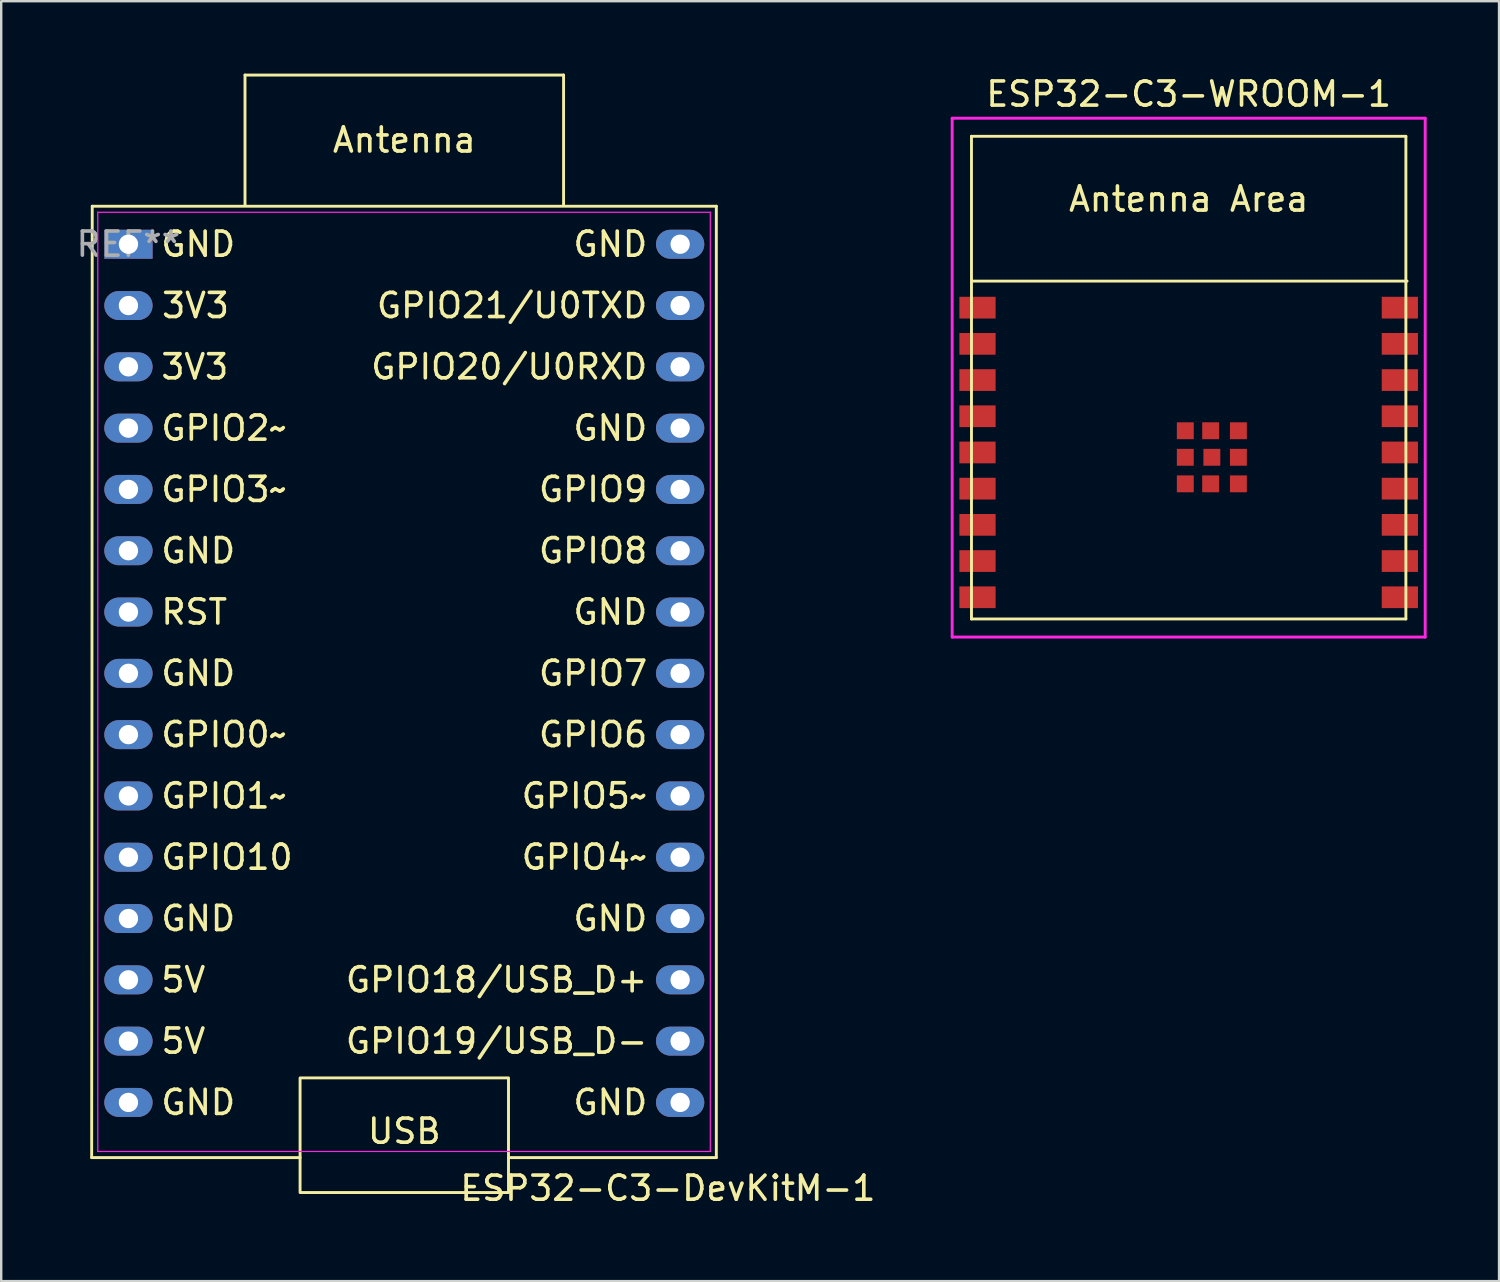
<source format=kicad_pcb>
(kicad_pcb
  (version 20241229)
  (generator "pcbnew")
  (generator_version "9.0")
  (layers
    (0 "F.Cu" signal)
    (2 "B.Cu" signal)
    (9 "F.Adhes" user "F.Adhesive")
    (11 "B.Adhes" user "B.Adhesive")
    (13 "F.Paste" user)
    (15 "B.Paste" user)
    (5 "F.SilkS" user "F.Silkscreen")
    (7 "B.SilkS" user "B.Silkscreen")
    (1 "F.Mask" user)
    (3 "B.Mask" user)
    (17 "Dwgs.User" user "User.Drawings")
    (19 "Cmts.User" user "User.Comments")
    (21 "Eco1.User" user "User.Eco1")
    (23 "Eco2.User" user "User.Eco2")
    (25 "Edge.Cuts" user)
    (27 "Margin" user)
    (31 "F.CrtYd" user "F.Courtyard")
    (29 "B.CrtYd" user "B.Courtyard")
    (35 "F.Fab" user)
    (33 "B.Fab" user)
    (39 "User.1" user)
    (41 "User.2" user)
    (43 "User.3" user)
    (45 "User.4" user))
  (footprint "ESP32-C3-WROOM-1"
    (layer "F.Cu")
    (at 46.204 13.848)
    (property "Reference" "ESP32-C3-WROOM-1" (at 0 -13 0) (layer "F.SilkS") (effects (font (size 1 1) (thickness 0.15))))
    (attr smd)
    (fp_line (start -9 -11.25) (end 9 -11.25) (stroke (width 0.12) (type solid)) (layer "F.SilkS"))
    (fp_line (start -9 8.75) (end -9 -11.25) (stroke (width 0.12) (type solid)) (layer "F.SilkS"))
    (fp_line (start 9 -11.25) (end 9 8.75) (stroke (width 0.12) (type solid)) (layer "F.SilkS"))
    (fp_line (start 9 8.75) (end -9 8.75) (stroke (width 0.12) (type solid)) (layer "F.SilkS"))
    (fp_line (start 9.05 -5.25) (end -8.95 -5.25) (stroke (width 0.12) (type solid)) (layer "F.SilkS"))
    (fp_line (start -9 -11.25) (end 9 -11.25) (stroke (width 0.12) (type solid)) (layer "Eco2.User"))
    (fp_line (start -9 -5.25) (end 9 -5.25) (stroke (width 0.12) (type solid)) (layer "Eco2.User"))
    (fp_line (start -9 8.75) (end -9 -11.25) (stroke (width 0.12) (type solid)) (layer "Eco2.User"))
    (fp_line (start 9 -11.25) (end 9 8.75) (stroke (width 0.12) (type solid)) (layer "Eco2.User"))
    (fp_line (start 9 8.75) (end -9 8.75) (stroke (width 0.12) (type solid)) (layer "Eco2.User"))
    (fp_line (start -9.8 -12) (end -9.8 9.5) (stroke (width 0.12) (type solid)) (layer "F.CrtYd"))
    (fp_line (start 9.8 -12) (end -9.8 -12) (stroke (width 0.12) (type solid)) (layer "F.CrtYd"))
    (fp_line (start 9.8 9.5) (end -9.8 9.5) (stroke (width 0.12) (type solid)) (layer "F.CrtYd"))
    (fp_line (start 9.8 9.5) (end 9.8 -12) (stroke (width 0.12) (type solid)) (layer "F.CrtYd"))
    (fp_text user "Antenna Area" (at 0 -8.65 0) (layer "F.SilkS") (effects (font (size 1 1) (thickness 0.15))))
    (fp_text user "Antenna Area" (at 0 -8.65 0) (layer "Eco2.User") (effects (font (size 1 1) (thickness 0.15))))
    (pad "1" smd rect (at -8.75 -4.15) (size 1.5 0.9) (layers "F.Cu" "F.Mask" "F.Paste"))
    (pad "2" smd rect (at -8.75 -2.65) (size 1.5 0.9) (layers "F.Cu" "F.Mask" "F.Paste"))
    (pad "3" smd rect (at -8.75 -1.15) (size 1.5 0.9) (layers "F.Cu" "F.Mask" "F.Paste"))
    (pad "4" smd rect (at -8.75 0.35) (size 1.5 0.9) (layers "F.Cu" "F.Mask" "F.Paste"))
    (pad "5" smd rect (at -8.75 1.85) (size 1.5 0.9) (layers "F.Cu" "F.Mask" "F.Paste"))
    (pad "6" smd rect (at -8.75 3.35) (size 1.5 0.9) (layers "F.Cu" "F.Mask" "F.Paste"))
    (pad "7" smd rect (at -8.75 4.85) (size 1.5 0.9) (layers "F.Cu" "F.Mask" "F.Paste"))
    (pad "8" smd rect (at -8.75 6.35) (size 1.5 0.9) (layers "F.Cu" "F.Mask" "F.Paste"))
    (pad "9" smd rect (at -8.75 7.85) (size 1.5 0.9) (layers "F.Cu" "F.Mask" "F.Paste"))
    (pad "10" smd rect (at 8.75 7.85 180) (size 1.5 0.9) (layers "F.Cu" "F.Mask" "F.Paste"))
    (pad "11" smd rect (at 8.75 6.35 180) (size 1.5 0.9) (layers "F.Cu" "F.Mask" "F.Paste"))
    (pad "12" smd rect (at 8.75 4.85 180) (size 1.5 0.9) (layers "F.Cu" "F.Mask" "F.Paste"))
    (pad "13" smd rect (at 8.75 3.35 180) (size 1.5 0.9) (layers "F.Cu" "F.Mask" "F.Paste"))
    (pad "14" smd rect (at 8.75 1.85 180) (size 1.5 0.9) (layers "F.Cu" "F.Mask" "F.Paste"))
    (pad "15" smd rect (at 8.75 0.35 180) (size 1.5 0.9) (layers "F.Cu" "F.Mask" "F.Paste"))
    (pad "16" smd rect (at 8.75 -1.15 180) (size 1.5 0.9) (layers "F.Cu" "F.Mask" "F.Paste"))
    (pad "17" smd rect (at 8.75 -2.65 180) (size 1.5 0.9) (layers "F.Cu" "F.Mask" "F.Paste"))
    (pad "18" smd rect (at 8.75 -4.15 180) (size 1.5 0.9) (layers "F.Cu" "F.Mask" "F.Paste"))
    (pad "19" smd rect (at -0.14 0.95 180) (size 0.7 0.7) (layers "F.Cu" "F.Mask" "F.Paste"))
    (pad "19" smd rect (at -0.14 2.05 180) (size 0.7 0.7) (layers "F.Cu" "F.Mask" "F.Paste"))
    (pad "19" smd rect (at -0.14 3.15 180) (size 0.7 0.7) (layers "F.Cu" "F.Mask" "F.Paste"))
    (pad "19" smd rect (at 0.91 0.95 180) (size 0.7 0.7) (layers "F.Cu" "F.Mask" "F.Paste"))
    (pad "19" smd rect (at 0.91 3.15 180) (size 0.7 0.7) (layers "F.Cu" "F.Mask" "F.Paste"))
    (pad "19" smd rect (at 0.96 2.05 180) (size 0.7 0.7) (layers "F.Cu" "F.Mask" "F.Paste"))
    (pad "19" smd rect (at 2.06 0.95 180) (size 0.7 0.7) (layers "F.Cu" "F.Mask" "F.Paste"))
    (pad "19" smd rect (at 2.06 2.05 180) (size 0.7 0.7) (layers "F.Cu" "F.Mask" "F.Paste"))
    (pad "19" smd rect (at 2.06 3.15 180) (size 0.7 0.7) (layers "F.Cu" "F.Mask" "F.Paste")))
  (footprint "ESP32-C3-DevKitM-1"
    (layer "F.Cu")
    (at 2.272 7.07)
    (property "Reference" "ESP32-C3-DevKitM-1" (at 22.352 39.116 0) (layer "F.SilkS") (effects (font (size 1 1) (thickness 0.15))))
    (attr through_hole)
    (fp_line (start -1.524 37.846) (end 7.112 37.846) (stroke (width 0.12) (type solid)) (layer "F.SilkS"))
    (fp_line (start -1.5 -1.575) (end -1.524 37.846) (stroke (width 0.12) (type solid)) (layer "F.SilkS"))
    (fp_line (start 4.83 -7.01) (end 18.03 -7.01) (stroke (width 0.12) (type default)) (layer "F.SilkS"))
    (fp_line (start 4.83 -1.61) (end 4.83 -7.01) (stroke (width 0.12) (type default)) (layer "F.SilkS"))
    (fp_line (start 18.03 -7.01) (end 18.03 -1.61) (stroke (width 0.12) (type default)) (layer "F.SilkS"))
    (fp_line (start 24.36 37.846) (end 15.748 37.846) (stroke (width 0.12) (type default)) (layer "F.SilkS"))
    (fp_line (start 24.36 37.846) (end 24.36 -1.575) (stroke (width 0.12) (type solid)) (layer "F.SilkS"))
    (fp_line (start 24.36 -1.575) (end -1.5 -1.575) (stroke (width 0.12) (type solid)) (layer "F.SilkS"))
    (fp_rect (start 7.112 34.544) (end 15.748 39.294) (stroke (width 0.12) (type solid)) (fill no) (layer "F.SilkS"))
    (fp_line (start -1.27 -1.325) (end 24.11 -1.325) (stroke (width 0.05) (type solid)) (layer "F.CrtYd"))
    (fp_line (start -1.27 37.592) (end -1.27 -1.325) (stroke (width 0.05) (type solid)) (layer "F.CrtYd"))
    (fp_line (start 24.11 -1.325) (end 24.11 37.592) (stroke (width 0.05) (type solid)) (layer "F.CrtYd"))
    (fp_line (start 24.11 37.592) (end -1.27 37.592) (stroke (width 0.05) (type solid)) (layer "F.CrtYd"))
    (fp_text user "5V" (at 1.27 33.02 0) (unlocked yes) (layer "F.SilkS") (effects (font (size 1 1) (thickness 0.15)) (justify left)))
    (fp_text user "USB" (at 11.43 37.338 0) (unlocked yes) (layer "F.SilkS") (effects (font (size 1 1) (thickness 0.15)) (justify bottom)))
    (fp_text user "GPIO9" (at 21.59 10.16 0) (unlocked yes) (layer "F.SilkS") (effects (font (size 1 1) (thickness 0.15)) (justify right)))
    (fp_text user "GPIO6" (at 21.59 20.32 0) (unlocked yes) (layer "F.SilkS") (effects (font (size 1 1) (thickness 0.15)) (justify right)))
    (fp_text user "GPIO10" (at 1.27 25.4 0) (unlocked yes) (layer "F.SilkS") (effects (font (size 1 1) (thickness 0.15)) (justify left)))
    (fp_text user "GPIO1~" (at 1.27 22.86 0) (unlocked yes) (layer "F.SilkS") (effects (font (size 1 1) (thickness 0.15)) (justify left)))
    (fp_text user "GPIO5~" (at 21.59 22.86 0) (unlocked yes) (layer "F.SilkS") (effects (font (size 1 1) (thickness 0.15)) (justify right)))
    (fp_text user "GPIO0~" (at 1.27 20.32 0) (unlocked yes) (layer "F.SilkS") (effects (font (size 1 1) (thickness 0.15)) (justify left)))
    (fp_text user "GPIO4~" (at 21.59 25.4 0) (unlocked yes) (layer "F.SilkS") (effects (font (size 1 1) (thickness 0.15)) (justify right)))
    (fp_text user "Antenna" (at 11.43 -4.318 0) (unlocked yes) (layer "F.SilkS") (effects (font (size 1 1) (thickness 0.15))))
    (fp_text user "GND" (at 21.59 27.94 0) (unlocked yes) (layer "F.SilkS") (effects (font (size 1 1) (thickness 0.15)) (justify right)))
    (fp_text user "RST" (at 1.27 15.24 0) (unlocked yes) (layer "F.SilkS") (effects (font (size 1 1) (thickness 0.15)) (justify left)))
    (fp_text user "GPIO21/U0TXD" (at 21.59 2.54 0) (unlocked yes) (layer "F.SilkS") (effects (font (size 1 1) (thickness 0.15)) (justify right)))
    (fp_text user "3V3" (at 1.3 2.54 0) (unlocked yes) (layer "F.SilkS") (effects (font (size 1 1) (thickness 0.15)) (justify left)))
    (fp_text user "GPIO2~" (at 1.27 7.62 0) (unlocked yes) (layer "F.SilkS") (effects (font (size 1 1) (thickness 0.15)) (justify left)))
    (fp_text user "GPIO19/USB_D-" (at 21.59 33.02 0) (unlocked yes) (layer "F.SilkS") (effects (font (size 1 1) (thickness 0.15)) (justify right)))
    (fp_text user "3V3" (at 1.27 5.08 0) (unlocked yes) (layer "F.SilkS") (effects (font (size 1 1) (thickness 0.15)) (justify left)))
    (fp_text user "GPIO20/U0RXD" (at 21.59 5.08 0) (unlocked yes) (layer "F.SilkS") (effects (font (size 1 1) (thickness 0.15)) (justify right)))
    (fp_text user "GND" (at 21.59 15.24 0) (unlocked yes) (layer "F.SilkS") (effects (font (size 1 1) (thickness 0.15)) (justify right)))
    (fp_text user "GND" (at 21.59 35.56 0) (unlocked yes) (layer "F.SilkS") (effects (font (size 1 1) (thickness 0.15)) (justify right)))
    (fp_text user "GPIO3~" (at 1.27 10.16 0) (unlocked yes) (layer "F.SilkS") (effects (font (size 1 1) (thickness 0.15)) (justify left)))
    (fp_text user "GND" (at 1.27 27.94 0) (unlocked yes) (layer "F.SilkS") (effects (font (size 1 1) (thickness 0.15)) (justify left)))
    (fp_text user "5V" (at 1.27 30.48 0) (unlocked yes) (layer "F.SilkS") (effects (font (size 1 1) (thickness 0.15)) (justify left)))
    (fp_text user "GND" (at 1.27 17.78 0) (unlocked yes) (layer "F.SilkS") (effects (font (size 1 1) (thickness 0.15)) (justify left)))
    (fp_text user "GND" (at 1.27 12.7 0) (unlocked yes) (layer "F.SilkS") (effects (font (size 1 1) (thickness 0.15)) (justify left)))
    (fp_text user "GND" (at 21.59 0 0) (unlocked yes) (layer "F.SilkS") (effects (font (size 1 1) (thickness 0.15)) (justify right)))
    (fp_text user "GND" (at 1.27 35.56 0) (unlocked yes) (layer "F.SilkS") (effects (font (size 1 1) (thickness 0.15)) (justify left)))
    (fp_text user "GPIO7" (at 21.59 17.78 0) (unlocked yes) (layer "F.SilkS") (effects (font (size 1 1) (thickness 0.15)) (justify right)))
    (fp_text user "GPIO8" (at 21.59 12.7 0) (unlocked yes) (layer "F.SilkS") (effects (font (size 1 1) (thickness 0.15)) (justify right)))
    (fp_text user "GND" (at 21.59 7.62 0) (unlocked yes) (layer "F.SilkS") (effects (font (size 1 1) (thickness 0.15)) (justify right)))
    (fp_text user "GND" (at 1.27 0 0) (unlocked yes) (layer "F.SilkS") (effects (font (size 1 1) (thickness 0.15)) (justify left)))
    (fp_text user "GPIO18/USB_D+" (at 21.59 30.48 0) (unlocked yes) (layer "F.SilkS") (effects (font (size 1 1) (thickness 0.15)) (justify right)))
    (fp_text user "REF**" (at -0.004 -0.003 0) (layer "F.Fab") (effects (font (size 1 1) (thickness 0.15))))
    (pad "1" thru_hole rect (at 0 0 270) (size 1.2 2) (drill 0.8) (layers "*.Cu" "*.Mask"))
    (pad "2" thru_hole oval (at 0 2.54 270) (size 1.2 2) (drill 0.8) (layers "*.Cu" "*.Mask"))
    (pad "3" thru_hole oval (at 0 5.08 270) (size 1.2 2) (drill 0.8) (layers "*.Cu" "*.Mask"))
    (pad "4" thru_hole oval (at 0 7.62 270) (size 1.2 2) (drill 0.8) (layers "*.Cu" "*.Mask"))
    (pad "5" thru_hole oval (at 0 10.16 270) (size 1.2 2) (drill 0.8) (layers "*.Cu" "*.Mask"))
    (pad "6" thru_hole oval (at 0 12.7 270) (size 1.2 2) (drill 0.8) (layers "*.Cu" "*.Mask"))
    (pad "7" thru_hole oval (at 0 15.24 270) (size 1.2 2) (drill 0.8) (layers "*.Cu" "*.Mask"))
    (pad "8" thru_hole oval (at 0 17.78 270) (size 1.2 2) (drill 0.8) (layers "*.Cu" "*.Mask"))
    (pad "9" thru_hole oval (at 0 20.32 270) (size 1.2 2) (drill 0.8) (layers "*.Cu" "*.Mask"))
    (pad "10" thru_hole oval (at 0 22.86 270) (size 1.2 2) (drill 0.8) (layers "*.Cu" "*.Mask"))
    (pad "11" thru_hole oval (at 0 25.4 270) (size 1.2 2) (drill 0.8) (layers "*.Cu" "*.Mask"))
    (pad "12" thru_hole oval (at 0 27.94 270) (size 1.2 2) (drill 0.8) (layers "*.Cu" "*.Mask"))
    (pad "13" thru_hole oval (at 0 30.48 270) (size 1.2 2) (drill 0.8) (layers "*.Cu" "*.Mask"))
    (pad "14" thru_hole oval (at 0 33.02 270) (size 1.2 2) (drill 0.8) (layers "*.Cu" "*.Mask"))
    (pad "15" thru_hole oval (at 0 35.56 270) (size 1.2 2) (drill 0.8) (layers "*.Cu" "*.Mask"))
    (pad "18" thru_hole oval (at 22.86 35.56 270) (size 1.2 2) (drill 0.8) (layers "*.Cu" "*.Mask"))
    (pad "19" thru_hole oval (at 22.86 33.02 270) (size 1.2 2) (drill 0.8) (layers "*.Cu" "*.Mask"))
    (pad "20" thru_hole oval (at 22.86 30.48 270) (size 1.2 2) (drill 0.8) (layers "*.Cu" "*.Mask"))
    (pad "21" thru_hole oval (at 22.86 27.94 270) (size 1.2 2) (drill 0.8) (layers "*.Cu" "*.Mask"))
    (pad "22" thru_hole oval (at 22.86 25.4 270) (size 1.2 2) (drill 0.8) (layers "*.Cu" "*.Mask"))
    (pad "23" thru_hole oval (at 22.86 22.86 270) (size 1.2 2) (drill 0.8) (layers "*.Cu" "*.Mask"))
    (pad "24" thru_hole oval (at 22.86 20.32 270) (size 1.2 2) (drill 0.8) (layers "*.Cu" "*.Mask"))
    (pad "25" thru_hole oval (at 22.86 17.78 270) (size 1.2 2) (drill 0.8) (layers "*.Cu" "*.Mask"))
    (pad "26" thru_hole oval (at 22.86 15.24 270) (size 1.2 2) (drill 0.8) (layers "*.Cu" "*.Mask"))
    (pad "27" thru_hole oval (at 22.86 12.7 270) (size 1.2 2) (drill 0.8) (layers "*.Cu" "*.Mask"))
    (pad "28" thru_hole oval (at 22.86 10.16 270) (size 1.2 2) (drill 0.8) (layers "*.Cu" "*.Mask"))
    (pad "29" thru_hole oval (at 22.86 7.62 270) (size 1.2 2) (drill 0.8) (layers "*.Cu" "*.Mask"))
    (pad "30" thru_hole oval (at 22.86 5.08 270) (size 1.2 2) (drill 0.8) (layers "*.Cu" "*.Mask"))
    (pad "31" thru_hole oval (at 22.86 2.54 270) (size 1.2 2) (drill 0.8) (layers "*.Cu" "*.Mask"))
    (pad "32" thru_hole oval (at 22.86 0 270) (size 1.2 2) (drill 0.8) (layers "*.Cu" "*.Mask")))
  (gr_rect
    (start -3 -3)
    (end 59.064 50.035)
    (stroke (width 0.1) (type default))
    (fill no)
    (layer "Edge.Cuts")))
</source>
